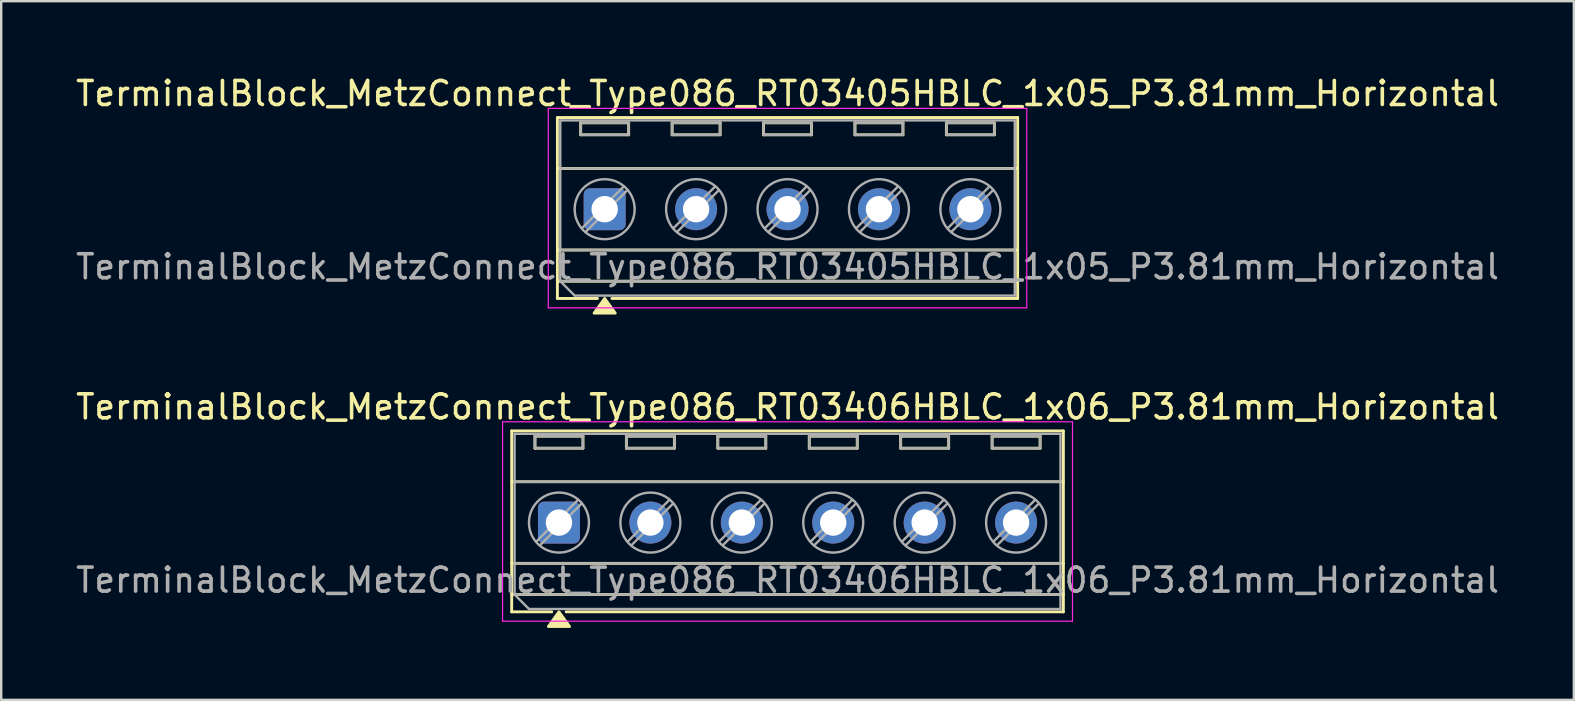
<source format=kicad_pcb>
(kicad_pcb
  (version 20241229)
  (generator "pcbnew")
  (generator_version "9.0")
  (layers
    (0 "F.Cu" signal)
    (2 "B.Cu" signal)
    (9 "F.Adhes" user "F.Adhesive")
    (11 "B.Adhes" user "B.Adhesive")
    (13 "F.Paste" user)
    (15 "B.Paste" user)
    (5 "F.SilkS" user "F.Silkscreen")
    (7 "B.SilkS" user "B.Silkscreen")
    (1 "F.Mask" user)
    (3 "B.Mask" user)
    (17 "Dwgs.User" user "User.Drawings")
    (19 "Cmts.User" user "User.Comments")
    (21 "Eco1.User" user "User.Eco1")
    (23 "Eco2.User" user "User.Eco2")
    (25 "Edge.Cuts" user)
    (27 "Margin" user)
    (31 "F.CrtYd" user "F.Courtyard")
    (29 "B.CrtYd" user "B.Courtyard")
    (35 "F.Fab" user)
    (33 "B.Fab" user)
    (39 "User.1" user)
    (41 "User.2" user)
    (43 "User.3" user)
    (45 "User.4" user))
  (footprint "TerminalBlock_MetzConnect_Type086_RT03405HBLC_1x05_P3.81mm_Horizontal"
    (layer "F.Cu")
    (at 22.148 5.668)
    (property "Reference" "TerminalBlock_MetzConnect_Type086_RT03405HBLC_1x05_P3.81mm_Horizontal" (at 7.62 -4.82 0) (layer "F.SilkS") (effects (font (size 1 1) (thickness 0.15))))
    (attr through_hole)
    (fp_line (start -1.97 -3.82) (end -1.97 3.72) (stroke (width 0.12) (type solid)) (layer "F.SilkS"))
    (fp_line (start -1.97 -3.82) (end 17.21 -3.82) (stroke (width 0.12) (type solid)) (layer "F.SilkS"))
    (fp_line (start -1.97 -1.7) (end 17.21 -1.7) (stroke (width 0.12) (type solid)) (layer "F.SilkS"))
    (fp_line (start -1.97 1.7) (end 17.21 1.7) (stroke (width 0.12) (type solid)) (layer "F.SilkS"))
    (fp_line (start -1.97 3) (end 17.21 3) (stroke (width 0.12) (type solid)) (layer "F.SilkS"))
    (fp_line (start -1.97 3.72) (end -0.3 3.72) (stroke (width 0.12) (type solid)) (layer "F.SilkS"))
    (fp_line (start -1 -3.6) (end -1 -3.1) (stroke (width 0.12) (type solid)) (layer "F.SilkS"))
    (fp_line (start -1 -3.6) (end 1 -3.6) (stroke (width 0.12) (type solid)) (layer "F.SilkS"))
    (fp_line (start -1 -3.1) (end 1 -3.1) (stroke (width 0.12) (type solid)) (layer "F.SilkS"))
    (fp_line (start 0.3 3.72) (end 17.21 3.72) (stroke (width 0.12) (type solid)) (layer "F.SilkS"))
    (fp_line (start 1 -3.6) (end 1 -3.1) (stroke (width 0.12) (type solid)) (layer "F.SilkS"))
    (fp_line (start 2.81 -3.6) (end 2.81 -3.1) (stroke (width 0.12) (type solid)) (layer "F.SilkS"))
    (fp_line (start 2.81 -3.6) (end 4.81 -3.6) (stroke (width 0.12) (type solid)) (layer "F.SilkS"))
    (fp_line (start 2.81 -3.1) (end 4.81 -3.1) (stroke (width 0.12) (type solid)) (layer "F.SilkS"))
    (fp_line (start 4.81 -3.6) (end 4.81 -3.1) (stroke (width 0.12) (type solid)) (layer "F.SilkS"))
    (fp_line (start 6.62 -3.6) (end 6.62 -3.1) (stroke (width 0.12) (type solid)) (layer "F.SilkS"))
    (fp_line (start 6.62 -3.6) (end 8.62 -3.6) (stroke (width 0.12) (type solid)) (layer "F.SilkS"))
    (fp_line (start 6.62 -3.1) (end 8.62 -3.1) (stroke (width 0.12) (type solid)) (layer "F.SilkS"))
    (fp_line (start 8.62 -3.6) (end 8.62 -3.1) (stroke (width 0.12) (type solid)) (layer "F.SilkS"))
    (fp_line (start 10.43 -3.6) (end 10.43 -3.1) (stroke (width 0.12) (type solid)) (layer "F.SilkS"))
    (fp_line (start 10.43 -3.6) (end 12.43 -3.6) (stroke (width 0.12) (type solid)) (layer "F.SilkS"))
    (fp_line (start 10.43 -3.1) (end 12.43 -3.1) (stroke (width 0.12) (type solid)) (layer "F.SilkS"))
    (fp_line (start 12.43 -3.6) (end 12.43 -3.1) (stroke (width 0.12) (type solid)) (layer "F.SilkS"))
    (fp_line (start 14.24 -3.6) (end 14.24 -3.1) (stroke (width 0.12) (type solid)) (layer "F.SilkS"))
    (fp_line (start 14.24 -3.6) (end 16.24 -3.6) (stroke (width 0.12) (type solid)) (layer "F.SilkS"))
    (fp_line (start 14.24 -3.1) (end 16.24 -3.1) (stroke (width 0.12) (type solid)) (layer "F.SilkS"))
    (fp_line (start 16.24 -3.6) (end 16.24 -3.1) (stroke (width 0.12) (type solid)) (layer "F.SilkS"))
    (fp_line (start 17.21 -3.82) (end 17.21 3.72) (stroke (width 0.12) (type solid)) (layer "F.SilkS"))
    (fp_poly (pts (xy 0 3.72) (xy 0.44 4.33) (xy -0.44 4.33)) (stroke (width 0.12) (type solid)) (fill yes) (layer "F.SilkS"))
    (fp_line (start -2.35 -4.2) (end -2.35 4.11) (stroke (width 0.05) (type solid)) (layer "F.CrtYd"))
    (fp_line (start -2.35 4.11) (end 17.59 4.11) (stroke (width 0.05) (type solid)) (layer "F.CrtYd"))
    (fp_line (start 17.59 -4.2) (end -2.35 -4.2) (stroke (width 0.05) (type solid)) (layer "F.CrtYd"))
    (fp_line (start 17.59 4.11) (end 17.59 -4.2) (stroke (width 0.05) (type solid)) (layer "F.CrtYd"))
    (fp_line (start -1.85 -3.7) (end 17.09 -3.7) (stroke (width 0.1) (type solid)) (layer "F.Fab"))
    (fp_line (start -1.85 -1.7) (end 17.09 -1.7) (stroke (width 0.1) (type solid)) (layer "F.Fab"))
    (fp_line (start -1.85 1.7) (end 17.09 1.7) (stroke (width 0.1) (type solid)) (layer "F.Fab"))
    (fp_line (start -1.85 3) (end -1.85 -3.7) (stroke (width 0.1) (type solid)) (layer "F.Fab"))
    (fp_line (start -1.85 3) (end 17.09 3) (stroke (width 0.1) (type solid)) (layer "F.Fab"))
    (fp_line (start -1.25 3.6) (end -1.85 3) (stroke (width 0.1) (type solid)) (layer "F.Fab"))
    (fp_line (start -1 -3.6) (end -1 -3.1) (stroke (width 0.1) (type solid)) (layer "F.Fab"))
    (fp_line (start -1 -3.1) (end 1 -3.1) (stroke (width 0.1) (type solid)) (layer "F.Fab"))
    (fp_line (start 0.795 -0.948) (end -0.948 0.795) (stroke (width 0.1) (type solid)) (layer "F.Fab"))
    (fp_line (start 0.948 -0.795) (end -0.795 0.948) (stroke (width 0.1) (type solid)) (layer "F.Fab"))
    (fp_line (start 1 -3.6) (end -1 -3.6) (stroke (width 0.1) (type solid)) (layer "F.Fab"))
    (fp_line (start 1 -3.1) (end 1 -3.6) (stroke (width 0.1) (type solid)) (layer "F.Fab"))
    (fp_line (start 2.81 -3.6) (end 2.81 -3.1) (stroke (width 0.1) (type solid)) (layer "F.Fab"))
    (fp_line (start 2.81 -3.1) (end 4.81 -3.1) (stroke (width 0.1) (type solid)) (layer "F.Fab"))
    (fp_line (start 4.605 -0.948) (end 2.862 0.795) (stroke (width 0.1) (type solid)) (layer "F.Fab"))
    (fp_line (start 4.758 -0.795) (end 3.015 0.948) (stroke (width 0.1) (type solid)) (layer "F.Fab"))
    (fp_line (start 4.81 -3.6) (end 2.81 -3.6) (stroke (width 0.1) (type solid)) (layer "F.Fab"))
    (fp_line (start 4.81 -3.1) (end 4.81 -3.6) (stroke (width 0.1) (type solid)) (layer "F.Fab"))
    (fp_line (start 6.62 -3.6) (end 6.62 -3.1) (stroke (width 0.1) (type solid)) (layer "F.Fab"))
    (fp_line (start 6.62 -3.1) (end 8.62 -3.1) (stroke (width 0.1) (type solid)) (layer "F.Fab"))
    (fp_line (start 8.415 -0.948) (end 6.672 0.795) (stroke (width 0.1) (type solid)) (layer "F.Fab"))
    (fp_line (start 8.568 -0.795) (end 6.825 0.948) (stroke (width 0.1) (type solid)) (layer "F.Fab"))
    (fp_line (start 8.62 -3.6) (end 6.62 -3.6) (stroke (width 0.1) (type solid)) (layer "F.Fab"))
    (fp_line (start 8.62 -3.1) (end 8.62 -3.6) (stroke (width 0.1) (type solid)) (layer "F.Fab"))
    (fp_line (start 10.43 -3.6) (end 10.43 -3.1) (stroke (width 0.1) (type solid)) (layer "F.Fab"))
    (fp_line (start 10.43 -3.1) (end 12.43 -3.1) (stroke (width 0.1) (type solid)) (layer "F.Fab"))
    (fp_line (start 12.225 -0.948) (end 10.482 0.795) (stroke (width 0.1) (type solid)) (layer "F.Fab"))
    (fp_line (start 12.378 -0.795) (end 10.635 0.948) (stroke (width 0.1) (type solid)) (layer "F.Fab"))
    (fp_line (start 12.43 -3.6) (end 10.43 -3.6) (stroke (width 0.1) (type solid)) (layer "F.Fab"))
    (fp_line (start 12.43 -3.1) (end 12.43 -3.6) (stroke (width 0.1) (type solid)) (layer "F.Fab"))
    (fp_line (start 14.24 -3.6) (end 14.24 -3.1) (stroke (width 0.1) (type solid)) (layer "F.Fab"))
    (fp_line (start 14.24 -3.1) (end 16.24 -3.1) (stroke (width 0.1) (type solid)) (layer "F.Fab"))
    (fp_line (start 16.035 -0.948) (end 14.292 0.795) (stroke (width 0.1) (type solid)) (layer "F.Fab"))
    (fp_line (start 16.188 -0.795) (end 14.445 0.948) (stroke (width 0.1) (type solid)) (layer "F.Fab"))
    (fp_line (start 16.24 -3.6) (end 14.24 -3.6) (stroke (width 0.1) (type solid)) (layer "F.Fab"))
    (fp_line (start 16.24 -3.1) (end 16.24 -3.6) (stroke (width 0.1) (type solid)) (layer "F.Fab"))
    (fp_line (start 17.09 -3.7) (end 17.09 3.6) (stroke (width 0.1) (type solid)) (layer "F.Fab"))
    (fp_line (start 17.09 3.6) (end -1.25 3.6) (stroke (width 0.1) (type solid)) (layer "F.Fab"))
    (fp_circle (center 0 0) (end 1.25 0) (stroke (width 0.1) (type solid)) (fill no) (layer "F.Fab"))
    (fp_circle (center 3.81 0) (end 5.06 0) (stroke (width 0.1) (type solid)) (fill no) (layer "F.Fab"))
    (fp_circle (center 7.62 0) (end 8.87 0) (stroke (width 0.1) (type solid)) (fill no) (layer "F.Fab"))
    (fp_circle (center 11.43 0) (end 12.68 0) (stroke (width 0.1) (type solid)) (fill no) (layer "F.Fab"))
    (fp_circle (center 15.24 0) (end 16.49 0) (stroke (width 0.1) (type solid)) (fill no) (layer "F.Fab"))
    (fp_text user "${REFERENCE}" (at 7.62 2.4 0) (layer "F.Fab") (effects (font (size 1 1) (thickness 0.15))))
    (pad "1" thru_hole roundrect (at 0 0) (size 1.75 1.75) (drill 1.1) (layers "*.Cu" "*.Mask") (roundrect_rratio 0.143))
    (pad "2" thru_hole circle (at 3.81 0) (size 1.75 1.75) (drill 1.1) (layers "*.Cu" "*.Mask"))
    (pad "3" thru_hole circle (at 7.62 0) (size 1.75 1.75) (drill 1.1) (layers "*.Cu" "*.Mask"))
    (pad "4" thru_hole circle (at 11.43 0) (size 1.75 1.75) (drill 1.1) (layers "*.Cu" "*.Mask"))
    (pad "5" thru_hole circle (at 15.24 0) (size 1.75 1.75) (drill 1.1) (layers "*.Cu" "*.Mask")))
  (footprint "TerminalBlock_MetzConnect_Type086_RT03406HBLC_1x06_P3.81mm_Horizontal"
    (layer "F.Cu")
    (at 20.243 18.727)
    (property "Reference" "TerminalBlock_MetzConnect_Type086_RT03406HBLC_1x06_P3.81mm_Horizontal" (at 9.525 -4.82 0) (layer "F.SilkS") (effects (font (size 1 1) (thickness 0.15))))
    (attr through_hole)
    (fp_line (start -1.97 -3.82) (end -1.97 3.72) (stroke (width 0.12) (type solid)) (layer "F.SilkS"))
    (fp_line (start -1.97 -3.82) (end 21.02 -3.82) (stroke (width 0.12) (type solid)) (layer "F.SilkS"))
    (fp_line (start -1.97 -1.7) (end 21.02 -1.7) (stroke (width 0.12) (type solid)) (layer "F.SilkS"))
    (fp_line (start -1.97 1.7) (end 21.02 1.7) (stroke (width 0.12) (type solid)) (layer "F.SilkS"))
    (fp_line (start -1.97 3) (end 21.02 3) (stroke (width 0.12) (type solid)) (layer "F.SilkS"))
    (fp_line (start -1.97 3.72) (end -0.3 3.72) (stroke (width 0.12) (type solid)) (layer "F.SilkS"))
    (fp_line (start -1 -3.6) (end -1 -3.1) (stroke (width 0.12) (type solid)) (layer "F.SilkS"))
    (fp_line (start -1 -3.6) (end 1 -3.6) (stroke (width 0.12) (type solid)) (layer "F.SilkS"))
    (fp_line (start -1 -3.1) (end 1 -3.1) (stroke (width 0.12) (type solid)) (layer "F.SilkS"))
    (fp_line (start 0.3 3.72) (end 21.02 3.72) (stroke (width 0.12) (type solid)) (layer "F.SilkS"))
    (fp_line (start 1 -3.6) (end 1 -3.1) (stroke (width 0.12) (type solid)) (layer "F.SilkS"))
    (fp_line (start 2.81 -3.6) (end 2.81 -3.1) (stroke (width 0.12) (type solid)) (layer "F.SilkS"))
    (fp_line (start 2.81 -3.6) (end 4.81 -3.6) (stroke (width 0.12) (type solid)) (layer "F.SilkS"))
    (fp_line (start 2.81 -3.1) (end 4.81 -3.1) (stroke (width 0.12) (type solid)) (layer "F.SilkS"))
    (fp_line (start 4.81 -3.6) (end 4.81 -3.1) (stroke (width 0.12) (type solid)) (layer "F.SilkS"))
    (fp_line (start 6.62 -3.6) (end 6.62 -3.1) (stroke (width 0.12) (type solid)) (layer "F.SilkS"))
    (fp_line (start 6.62 -3.6) (end 8.62 -3.6) (stroke (width 0.12) (type solid)) (layer "F.SilkS"))
    (fp_line (start 6.62 -3.1) (end 8.62 -3.1) (stroke (width 0.12) (type solid)) (layer "F.SilkS"))
    (fp_line (start 8.62 -3.6) (end 8.62 -3.1) (stroke (width 0.12) (type solid)) (layer "F.SilkS"))
    (fp_line (start 10.43 -3.6) (end 10.43 -3.1) (stroke (width 0.12) (type solid)) (layer "F.SilkS"))
    (fp_line (start 10.43 -3.6) (end 12.43 -3.6) (stroke (width 0.12) (type solid)) (layer "F.SilkS"))
    (fp_line (start 10.43 -3.1) (end 12.43 -3.1) (stroke (width 0.12) (type solid)) (layer "F.SilkS"))
    (fp_line (start 12.43 -3.6) (end 12.43 -3.1) (stroke (width 0.12) (type solid)) (layer "F.SilkS"))
    (fp_line (start 14.24 -3.6) (end 14.24 -3.1) (stroke (width 0.12) (type solid)) (layer "F.SilkS"))
    (fp_line (start 14.24 -3.6) (end 16.24 -3.6) (stroke (width 0.12) (type solid)) (layer "F.SilkS"))
    (fp_line (start 14.24 -3.1) (end 16.24 -3.1) (stroke (width 0.12) (type solid)) (layer "F.SilkS"))
    (fp_line (start 16.24 -3.6) (end 16.24 -3.1) (stroke (width 0.12) (type solid)) (layer "F.SilkS"))
    (fp_line (start 18.05 -3.6) (end 18.05 -3.1) (stroke (width 0.12) (type solid)) (layer "F.SilkS"))
    (fp_line (start 18.05 -3.6) (end 20.05 -3.6) (stroke (width 0.12) (type solid)) (layer "F.SilkS"))
    (fp_line (start 18.05 -3.1) (end 20.05 -3.1) (stroke (width 0.12) (type solid)) (layer "F.SilkS"))
    (fp_line (start 20.05 -3.6) (end 20.05 -3.1) (stroke (width 0.12) (type solid)) (layer "F.SilkS"))
    (fp_line (start 21.02 -3.82) (end 21.02 3.72) (stroke (width 0.12) (type solid)) (layer "F.SilkS"))
    (fp_poly (pts (xy 0 3.72) (xy 0.44 4.33) (xy -0.44 4.33)) (stroke (width 0.12) (type solid)) (fill yes) (layer "F.SilkS"))
    (fp_line (start -2.35 -4.2) (end -2.35 4.11) (stroke (width 0.05) (type solid)) (layer "F.CrtYd"))
    (fp_line (start -2.35 4.11) (end 21.4 4.11) (stroke (width 0.05) (type solid)) (layer "F.CrtYd"))
    (fp_line (start 21.4 -4.2) (end -2.35 -4.2) (stroke (width 0.05) (type solid)) (layer "F.CrtYd"))
    (fp_line (start 21.4 4.11) (end 21.4 -4.2) (stroke (width 0.05) (type solid)) (layer "F.CrtYd"))
    (fp_line (start -1.85 -3.7) (end 20.9 -3.7) (stroke (width 0.1) (type solid)) (layer "F.Fab"))
    (fp_line (start -1.85 -1.7) (end 20.9 -1.7) (stroke (width 0.1) (type solid)) (layer "F.Fab"))
    (fp_line (start -1.85 1.7) (end 20.9 1.7) (stroke (width 0.1) (type solid)) (layer "F.Fab"))
    (fp_line (start -1.85 3) (end -1.85 -3.7) (stroke (width 0.1) (type solid)) (layer "F.Fab"))
    (fp_line (start -1.85 3) (end 20.9 3) (stroke (width 0.1) (type solid)) (layer "F.Fab"))
    (fp_line (start -1.25 3.6) (end -1.85 3) (stroke (width 0.1) (type solid)) (layer "F.Fab"))
    (fp_line (start -1 -3.6) (end -1 -3.1) (stroke (width 0.1) (type solid)) (layer "F.Fab"))
    (fp_line (start -1 -3.1) (end 1 -3.1) (stroke (width 0.1) (type solid)) (layer "F.Fab"))
    (fp_line (start 0.795 -0.948) (end -0.948 0.795) (stroke (width 0.1) (type solid)) (layer "F.Fab"))
    (fp_line (start 0.948 -0.795) (end -0.795 0.948) (stroke (width 0.1) (type solid)) (layer "F.Fab"))
    (fp_line (start 1 -3.6) (end -1 -3.6) (stroke (width 0.1) (type solid)) (layer "F.Fab"))
    (fp_line (start 1 -3.1) (end 1 -3.6) (stroke (width 0.1) (type solid)) (layer "F.Fab"))
    (fp_line (start 2.81 -3.6) (end 2.81 -3.1) (stroke (width 0.1) (type solid)) (layer "F.Fab"))
    (fp_line (start 2.81 -3.1) (end 4.81 -3.1) (stroke (width 0.1) (type solid)) (layer "F.Fab"))
    (fp_line (start 4.605 -0.948) (end 2.862 0.795) (stroke (width 0.1) (type solid)) (layer "F.Fab"))
    (fp_line (start 4.758 -0.795) (end 3.015 0.948) (stroke (width 0.1) (type solid)) (layer "F.Fab"))
    (fp_line (start 4.81 -3.6) (end 2.81 -3.6) (stroke (width 0.1) (type solid)) (layer "F.Fab"))
    (fp_line (start 4.81 -3.1) (end 4.81 -3.6) (stroke (width 0.1) (type solid)) (layer "F.Fab"))
    (fp_line (start 6.62 -3.6) (end 6.62 -3.1) (stroke (width 0.1) (type solid)) (layer "F.Fab"))
    (fp_line (start 6.62 -3.1) (end 8.62 -3.1) (stroke (width 0.1) (type solid)) (layer "F.Fab"))
    (fp_line (start 8.415 -0.948) (end 6.672 0.795) (stroke (width 0.1) (type solid)) (layer "F.Fab"))
    (fp_line (start 8.568 -0.795) (end 6.825 0.948) (stroke (width 0.1) (type solid)) (layer "F.Fab"))
    (fp_line (start 8.62 -3.6) (end 6.62 -3.6) (stroke (width 0.1) (type solid)) (layer "F.Fab"))
    (fp_line (start 8.62 -3.1) (end 8.62 -3.6) (stroke (width 0.1) (type solid)) (layer "F.Fab"))
    (fp_line (start 10.43 -3.6) (end 10.43 -3.1) (stroke (width 0.1) (type solid)) (layer "F.Fab"))
    (fp_line (start 10.43 -3.1) (end 12.43 -3.1) (stroke (width 0.1) (type solid)) (layer "F.Fab"))
    (fp_line (start 12.225 -0.948) (end 10.482 0.795) (stroke (width 0.1) (type solid)) (layer "F.Fab"))
    (fp_line (start 12.378 -0.795) (end 10.635 0.948) (stroke (width 0.1) (type solid)) (layer "F.Fab"))
    (fp_line (start 12.43 -3.6) (end 10.43 -3.6) (stroke (width 0.1) (type solid)) (layer "F.Fab"))
    (fp_line (start 12.43 -3.1) (end 12.43 -3.6) (stroke (width 0.1) (type solid)) (layer "F.Fab"))
    (fp_line (start 14.24 -3.6) (end 14.24 -3.1) (stroke (width 0.1) (type solid)) (layer "F.Fab"))
    (fp_line (start 14.24 -3.1) (end 16.24 -3.1) (stroke (width 0.1) (type solid)) (layer "F.Fab"))
    (fp_line (start 16.035 -0.948) (end 14.292 0.795) (stroke (width 0.1) (type solid)) (layer "F.Fab"))
    (fp_line (start 16.188 -0.795) (end 14.445 0.948) (stroke (width 0.1) (type solid)) (layer "F.Fab"))
    (fp_line (start 16.24 -3.6) (end 14.24 -3.6) (stroke (width 0.1) (type solid)) (layer "F.Fab"))
    (fp_line (start 16.24 -3.1) (end 16.24 -3.6) (stroke (width 0.1) (type solid)) (layer "F.Fab"))
    (fp_line (start 18.05 -3.6) (end 18.05 -3.1) (stroke (width 0.1) (type solid)) (layer "F.Fab"))
    (fp_line (start 18.05 -3.1) (end 20.05 -3.1) (stroke (width 0.1) (type solid)) (layer "F.Fab"))
    (fp_line (start 19.845 -0.948) (end 18.102 0.795) (stroke (width 0.1) (type solid)) (layer "F.Fab"))
    (fp_line (start 19.998 -0.795) (end 18.255 0.948) (stroke (width 0.1) (type solid)) (layer "F.Fab"))
    (fp_line (start 20.05 -3.6) (end 18.05 -3.6) (stroke (width 0.1) (type solid)) (layer "F.Fab"))
    (fp_line (start 20.05 -3.1) (end 20.05 -3.6) (stroke (width 0.1) (type solid)) (layer "F.Fab"))
    (fp_line (start 20.9 -3.7) (end 20.9 3.6) (stroke (width 0.1) (type solid)) (layer "F.Fab"))
    (fp_line (start 20.9 3.6) (end -1.25 3.6) (stroke (width 0.1) (type solid)) (layer "F.Fab"))
    (fp_circle (center 0 0) (end 1.25 0) (stroke (width 0.1) (type solid)) (fill no) (layer "F.Fab"))
    (fp_circle (center 3.81 0) (end 5.06 0) (stroke (width 0.1) (type solid)) (fill no) (layer "F.Fab"))
    (fp_circle (center 7.62 0) (end 8.87 0) (stroke (width 0.1) (type solid)) (fill no) (layer "F.Fab"))
    (fp_circle (center 11.43 0) (end 12.68 0) (stroke (width 0.1) (type solid)) (fill no) (layer "F.Fab"))
    (fp_circle (center 15.24 0) (end 16.49 0) (stroke (width 0.1) (type solid)) (fill no) (layer "F.Fab"))
    (fp_circle (center 19.05 0) (end 20.3 0) (stroke (width 0.1) (type solid)) (fill no) (layer "F.Fab"))
    (fp_text user "${REFERENCE}" (at 9.525 2.4 0) (layer "F.Fab") (effects (font (size 1 1) (thickness 0.15))))
    (pad "1" thru_hole roundrect (at 0 0) (size 1.75 1.75) (drill 1.1) (layers "*.Cu" "*.Mask") (roundrect_rratio 0.143))
    (pad "2" thru_hole circle (at 3.81 0) (size 1.75 1.75) (drill 1.1) (layers "*.Cu" "*.Mask"))
    (pad "3" thru_hole circle (at 7.62 0) (size 1.75 1.75) (drill 1.1) (layers "*.Cu" "*.Mask"))
    (pad "4" thru_hole circle (at 11.43 0) (size 1.75 1.75) (drill 1.1) (layers "*.Cu" "*.Mask"))
    (pad "5" thru_hole circle (at 15.24 0) (size 1.75 1.75) (drill 1.1) (layers "*.Cu" "*.Mask"))
    (pad "6" thru_hole circle (at 19.05 0) (size 1.75 1.75) (drill 1.1) (layers "*.Cu" "*.Mask")))
  (gr_rect
    (start -3 -3)
    (end 62.536 26.116)
    (stroke (width 0.1) (type default))
    (fill no)
    (layer "Edge.Cuts")))
</source>
